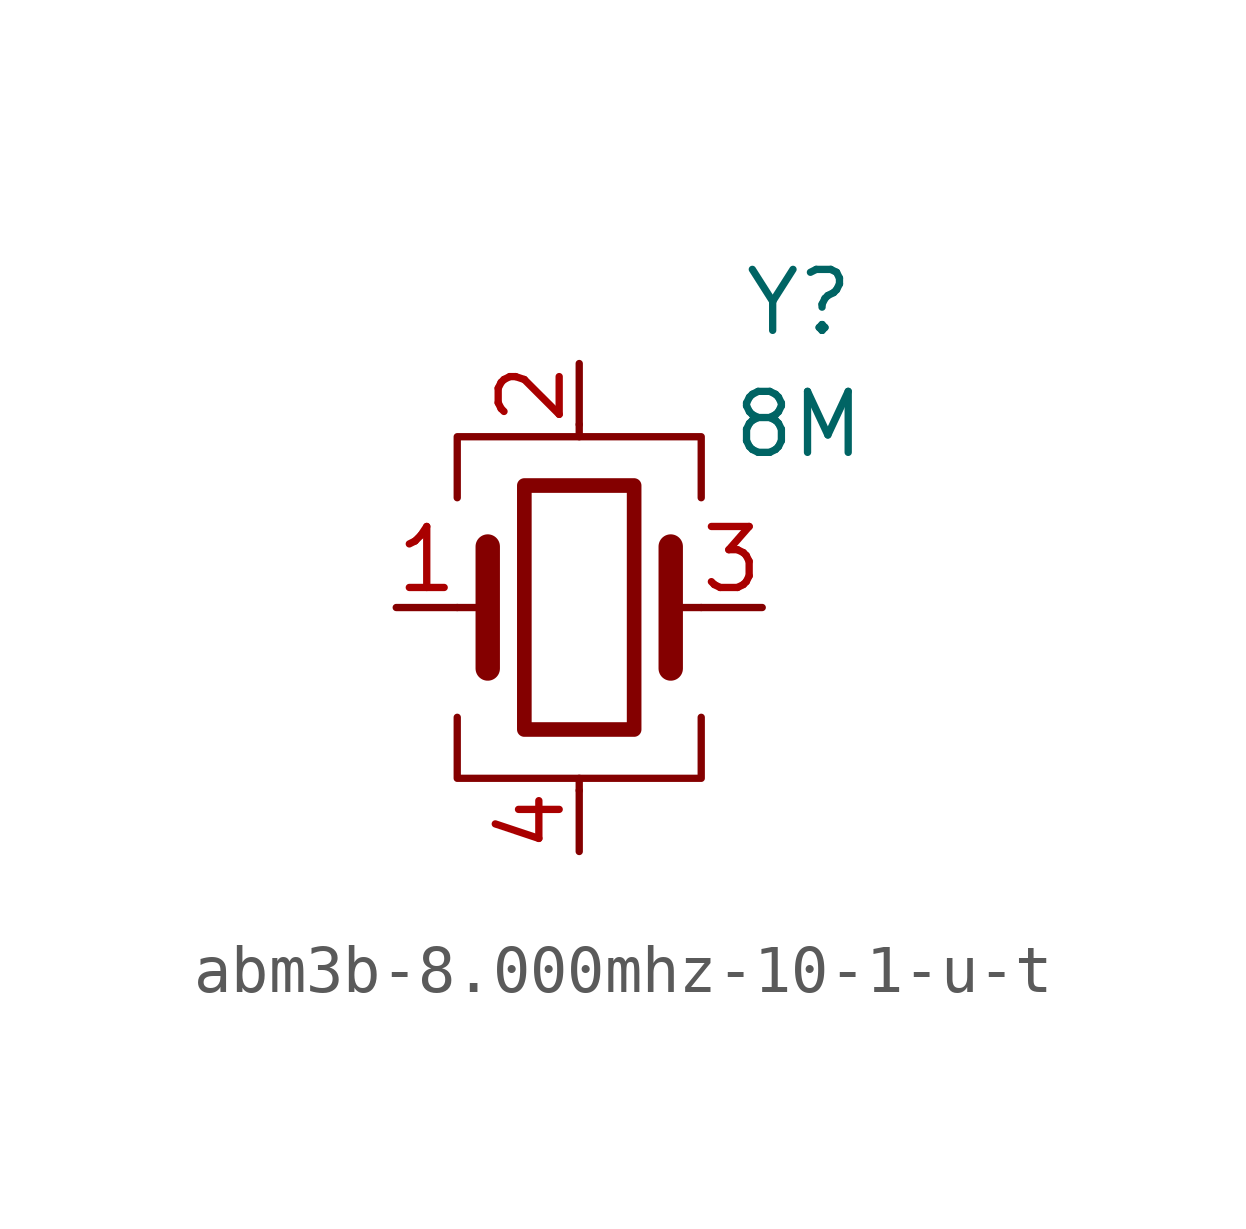
<source format=kicad_sym>
(kicad_symbol_lib
  (version 20231120)
  (generator "kicad_symbol_editor")
  (generator_version "8.0")
  (symbol "abm3b-8.000mhz-10-1-u-t"
    (property "Reference" "Y"
      (at 4.572 6.35 0)
      (effects (font (size 1.27 1.27))))
    (property "Value" "8M"
      (at 4.572 3.81 0)
      (effects (font (size 1.27 1.27))))
    (symbol "abm3b-8.000mhz-10-1-u-t_0_1"
      (rectangle (start -1.143 2.54) (end 1.143 -2.54) (stroke (width 0.305) (type default)) (fill (type none)))
      (polyline (pts (xy -2.54 0) (xy -1.905 0)) (stroke (width 0) (type default)) (fill (type none)))
      (polyline (pts (xy -1.905 -1.27) (xy -1.905 1.27)) (stroke (width 0.508) (type default)) (fill (type none)))
      (polyline (pts (xy 0 -3.81) (xy 0 -3.556)) (stroke (width 0) (type default)) (fill (type none)))
      (polyline (pts (xy 0 3.556) (xy 0 3.81)) (stroke (width 0) (type default)) (fill (type none)))
      (polyline (pts (xy 1.905 -1.27) (xy 1.905 1.27)) (stroke (width 0.508) (type default)) (fill (type none)))
      (polyline (pts (xy 2.54 0) (xy 1.905 0)) (stroke (width 0) (type default)) (fill (type none)))
      (polyline (pts (xy -2.54 -2.286) (xy -2.54 -3.556) (xy 2.54 -3.556) (xy 2.54 -2.286)) (stroke (width 0) (type default)) (fill (type none)))
      (polyline (pts (xy -2.54 2.286) (xy -2.54 3.556) (xy 2.54 3.556) (xy 2.54 2.286)) (stroke (width 0) (type default)) (fill (type none))))
    (symbol "abm3b-8.000mhz-10-1-u-t_1_0"
      (pin passive line (at -3.81 0 0) (length 1.27) (name "" (effects (font (size 1.27 1.27)))) (number "1" (effects (font (size 1.27 1.27)))))
      (pin passive line (at 3.81 0 180) (length 1.27) (name "" (effects (font (size 1.27 1.27)))) (number "3" (effects (font (size 1.27 1.27))))))
    (symbol "abm3b-8.000mhz-10-1-u-t_1_1"
      (pin power_in line (at 0 5.08 270) (length 1.27) (name "" (effects (font (size 1.27 1.27)))) (number "2" (effects (font (size 1.27 1.27)))))
      (pin power_in line (at 0 -5.08 90) (length 1.27) (name "" (effects (font (size 1.27 1.27)))) (number "4" (effects (font (size 1.27 1.27))))))))
</source>
